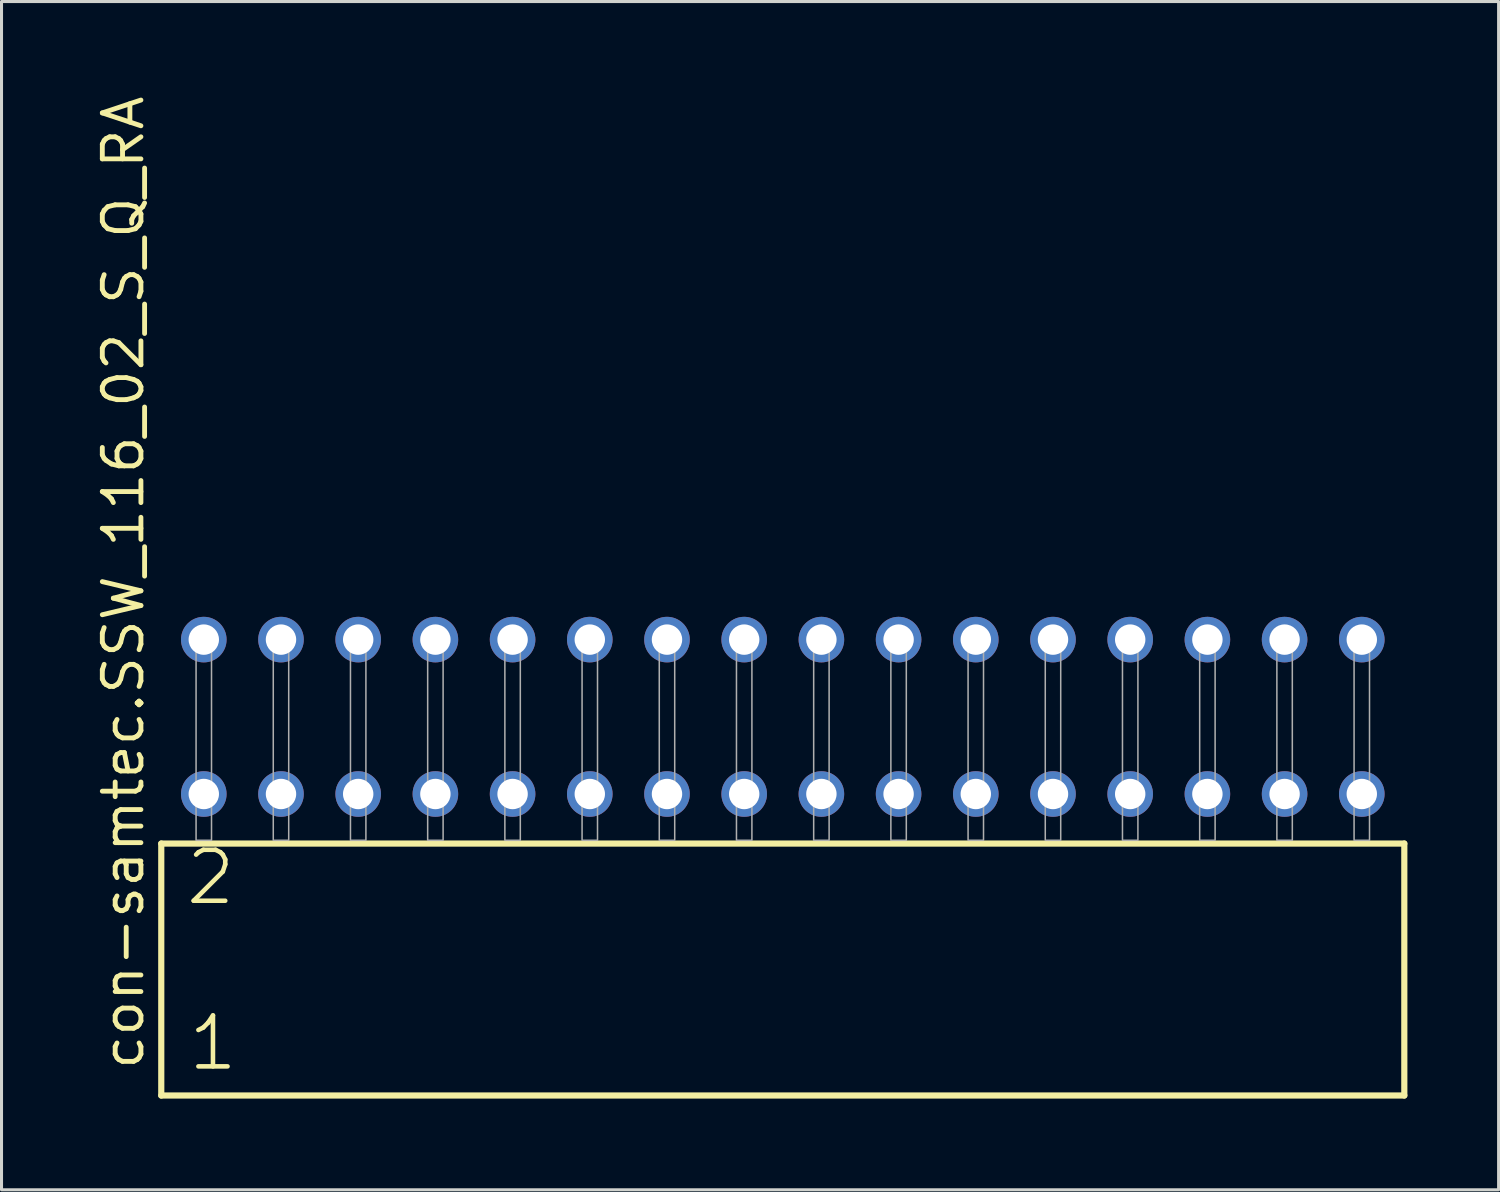
<source format=kicad_pcb>
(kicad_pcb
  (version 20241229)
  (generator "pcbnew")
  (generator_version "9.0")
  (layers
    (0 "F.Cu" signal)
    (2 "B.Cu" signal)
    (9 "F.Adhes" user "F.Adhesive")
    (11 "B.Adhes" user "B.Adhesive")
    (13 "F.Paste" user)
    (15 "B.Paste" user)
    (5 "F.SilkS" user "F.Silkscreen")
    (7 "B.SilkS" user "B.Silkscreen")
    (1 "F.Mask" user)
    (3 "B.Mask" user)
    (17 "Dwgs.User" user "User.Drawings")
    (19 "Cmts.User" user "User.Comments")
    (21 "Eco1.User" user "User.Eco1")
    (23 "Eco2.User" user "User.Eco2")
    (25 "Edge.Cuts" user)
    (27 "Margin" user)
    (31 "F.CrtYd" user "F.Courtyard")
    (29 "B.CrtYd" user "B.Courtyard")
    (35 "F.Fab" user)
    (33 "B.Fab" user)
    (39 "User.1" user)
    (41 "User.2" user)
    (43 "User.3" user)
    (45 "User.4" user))
  (footprint "con-samtec.SSW_116_02_S_Q_RA"
    (layer "F.Cu")
    (at 22.705 24.598)
    (property "Reference" "con-samtec.SSW_116_02_S_Q_RA" (at -20.955 7.62 90) (layer "F.SilkS") (effects (font (size 1.27 1.27) (thickness 0.16)) (justify left bottom)))
    (attr through_hole)
    (fp_line (start -20.449 0.106) (end -20.449 8.396) (stroke (width 0.203) (type default)) (layer "F.SilkS"))
    (fp_line (start -20.449 8.396) (end 20.449 8.396) (stroke (width 0.203) (type default)) (layer "F.SilkS"))
    (fp_line (start 20.449 0.106) (end -20.449 0.106) (stroke (width 0.203) (type default)) (layer "F.SilkS"))
    (fp_line (start 20.449 8.396) (end 20.449 0.106) (stroke (width 0.203) (type default)) (layer "F.SilkS"))
    (fp_rect (start -19.304 0) (end -18.796 -6.858) (stroke (width 0.05) (type default)) (fill no) (layer "F.Fab"))
    (fp_rect (start -16.764 0) (end -16.256 -6.858) (stroke (width 0.05) (type default)) (fill no) (layer "F.Fab"))
    (fp_rect (start -14.224 0) (end -13.716 -6.858) (stroke (width 0.05) (type default)) (fill no) (layer "F.Fab"))
    (fp_rect (start -11.684 0) (end -11.176 -6.858) (stroke (width 0.05) (type default)) (fill no) (layer "F.Fab"))
    (fp_rect (start -9.144 0) (end -8.636 -6.858) (stroke (width 0.05) (type default)) (fill no) (layer "F.Fab"))
    (fp_rect (start -6.604 0) (end -6.096 -6.858) (stroke (width 0.05) (type default)) (fill no) (layer "F.Fab"))
    (fp_rect (start -4.064 0) (end -3.556 -6.858) (stroke (width 0.05) (type default)) (fill no) (layer "F.Fab"))
    (fp_rect (start -1.524 0) (end -1.016 -6.858) (stroke (width 0.05) (type default)) (fill no) (layer "F.Fab"))
    (fp_rect (start 1.016 0) (end 1.524 -6.858) (stroke (width 0.05) (type default)) (fill no) (layer "F.Fab"))
    (fp_rect (start 3.556 0) (end 4.064 -6.858) (stroke (width 0.05) (type default)) (fill no) (layer "F.Fab"))
    (fp_rect (start 6.096 0) (end 6.604 -6.858) (stroke (width 0.05) (type default)) (fill no) (layer "F.Fab"))
    (fp_rect (start 8.636 0) (end 9.144 -6.858) (stroke (width 0.05) (type default)) (fill no) (layer "F.Fab"))
    (fp_rect (start 11.176 0) (end 11.684 -6.858) (stroke (width 0.05) (type default)) (fill no) (layer "F.Fab"))
    (fp_rect (start 13.716 0) (end 14.224 -6.858) (stroke (width 0.05) (type default)) (fill no) (layer "F.Fab"))
    (fp_rect (start 16.256 0) (end 16.764 -6.858) (stroke (width 0.05) (type default)) (fill no) (layer "F.Fab"))
    (fp_rect (start 18.796 0) (end 19.304 -6.858) (stroke (width 0.05) (type default)) (fill no) (layer "F.Fab"))
    (fp_text user "1" (at -19.645 7.65 0) (layer "F.SilkS") (effects (font (size 1.676 1.676) (thickness 0.15)) (justify left bottom)))
    (fp_text user "2" (at -19.72 2.2 0) (layer "F.SilkS") (effects (font (size 1.676 1.676) (thickness 0.15)) (justify left bottom)))
    (pad "1" thru_hole circle (at -19.05 -1.524) (size 1.5 1.5) (drill 1) (layers "*.Cu" "*.Mask"))
    (pad "2" thru_hole circle (at -19.05 -6.604) (size 1.5 1.5) (drill 1) (layers "*.Cu" "*.Mask"))
    (pad "3" thru_hole circle (at -16.51 -1.524) (size 1.5 1.5) (drill 1) (layers "*.Cu" "*.Mask"))
    (pad "4" thru_hole circle (at -16.51 -6.604) (size 1.5 1.5) (drill 1) (layers "*.Cu" "*.Mask"))
    (pad "5" thru_hole circle (at -13.97 -1.524) (size 1.5 1.5) (drill 1) (layers "*.Cu" "*.Mask"))
    (pad "6" thru_hole circle (at -13.97 -6.604) (size 1.5 1.5) (drill 1) (layers "*.Cu" "*.Mask"))
    (pad "7" thru_hole circle (at -11.43 -1.524) (size 1.5 1.5) (drill 1) (layers "*.Cu" "*.Mask"))
    (pad "8" thru_hole circle (at -11.43 -6.604) (size 1.5 1.5) (drill 1) (layers "*.Cu" "*.Mask"))
    (pad "9" thru_hole circle (at -8.89 -1.524) (size 1.5 1.5) (drill 1) (layers "*.Cu" "*.Mask"))
    (pad "10" thru_hole circle (at -8.89 -6.604) (size 1.5 1.5) (drill 1) (layers "*.Cu" "*.Mask"))
    (pad "11" thru_hole circle (at -6.35 -1.524) (size 1.5 1.5) (drill 1) (layers "*.Cu" "*.Mask"))
    (pad "12" thru_hole circle (at -6.35 -6.604) (size 1.5 1.5) (drill 1) (layers "*.Cu" "*.Mask"))
    (pad "13" thru_hole circle (at -3.81 -1.524) (size 1.5 1.5) (drill 1) (layers "*.Cu" "*.Mask"))
    (pad "14" thru_hole circle (at -3.81 -6.604) (size 1.5 1.5) (drill 1) (layers "*.Cu" "*.Mask"))
    (pad "15" thru_hole circle (at -1.27 -1.524) (size 1.5 1.5) (drill 1) (layers "*.Cu" "*.Mask"))
    (pad "16" thru_hole circle (at -1.27 -6.604) (size 1.5 1.5) (drill 1) (layers "*.Cu" "*.Mask"))
    (pad "17" thru_hole circle (at 1.27 -1.524) (size 1.5 1.5) (drill 1) (layers "*.Cu" "*.Mask"))
    (pad "18" thru_hole circle (at 1.27 -6.604) (size 1.5 1.5) (drill 1) (layers "*.Cu" "*.Mask"))
    (pad "19" thru_hole circle (at 3.81 -1.524) (size 1.5 1.5) (drill 1) (layers "*.Cu" "*.Mask"))
    (pad "20" thru_hole circle (at 3.81 -6.604) (size 1.5 1.5) (drill 1) (layers "*.Cu" "*.Mask"))
    (pad "21" thru_hole circle (at 6.35 -1.524) (size 1.5 1.5) (drill 1) (layers "*.Cu" "*.Mask"))
    (pad "22" thru_hole circle (at 6.35 -6.604) (size 1.5 1.5) (drill 1) (layers "*.Cu" "*.Mask"))
    (pad "23" thru_hole circle (at 8.89 -1.524) (size 1.5 1.5) (drill 1) (layers "*.Cu" "*.Mask"))
    (pad "24" thru_hole circle (at 8.89 -6.604) (size 1.5 1.5) (drill 1) (layers "*.Cu" "*.Mask"))
    (pad "25" thru_hole circle (at 11.43 -1.524) (size 1.5 1.5) (drill 1) (layers "*.Cu" "*.Mask"))
    (pad "26" thru_hole circle (at 11.43 -6.604) (size 1.5 1.5) (drill 1) (layers "*.Cu" "*.Mask"))
    (pad "27" thru_hole circle (at 13.97 -1.524) (size 1.5 1.5) (drill 1) (layers "*.Cu" "*.Mask"))
    (pad "28" thru_hole circle (at 13.97 -6.604) (size 1.5 1.5) (drill 1) (layers "*.Cu" "*.Mask"))
    (pad "29" thru_hole circle (at 16.51 -1.524) (size 1.5 1.5) (drill 1) (layers "*.Cu" "*.Mask"))
    (pad "30" thru_hole circle (at 16.51 -6.604) (size 1.5 1.5) (drill 1) (layers "*.Cu" "*.Mask"))
    (pad "31" thru_hole circle (at 19.05 -1.524) (size 1.5 1.5) (drill 1) (layers "*.Cu" "*.Mask"))
    (pad "32" thru_hole circle (at 19.05 -6.604) (size 1.5 1.5) (drill 1) (layers "*.Cu" "*.Mask")))
  (gr_rect
    (start -3 -3)
    (end 46.256 36.096)
    (stroke (width 0.1) (type default))
    (fill no)
    (layer "Edge.Cuts")))
</source>
